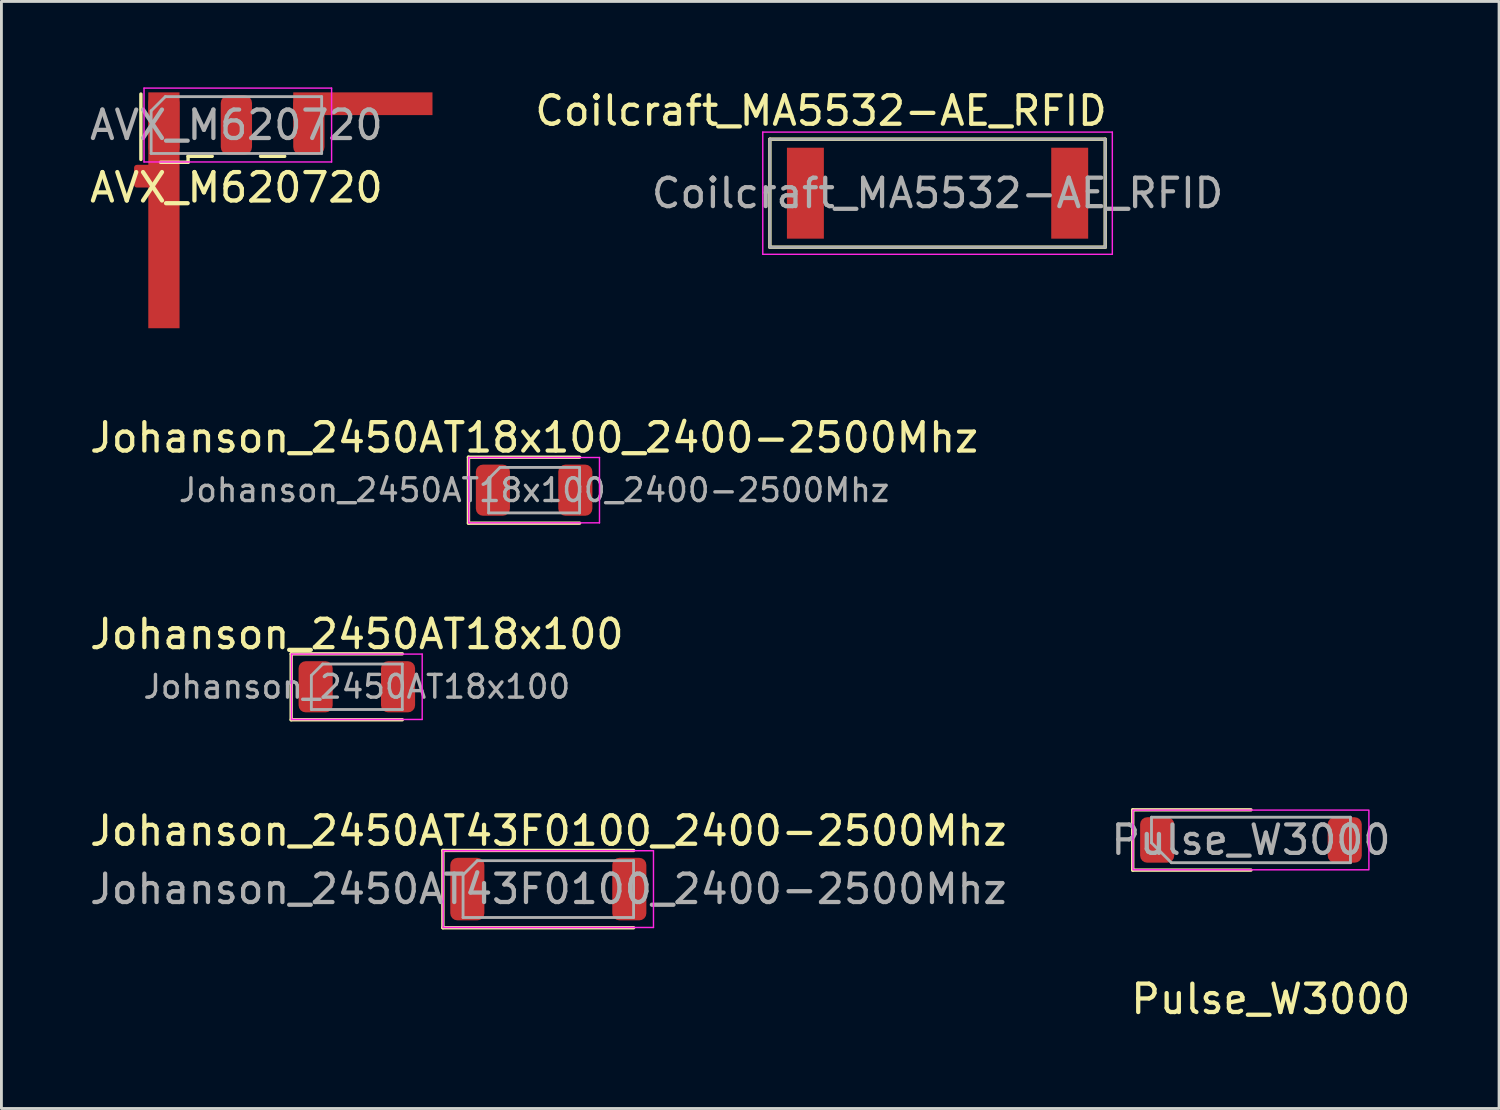
<source format=kicad_pcb>
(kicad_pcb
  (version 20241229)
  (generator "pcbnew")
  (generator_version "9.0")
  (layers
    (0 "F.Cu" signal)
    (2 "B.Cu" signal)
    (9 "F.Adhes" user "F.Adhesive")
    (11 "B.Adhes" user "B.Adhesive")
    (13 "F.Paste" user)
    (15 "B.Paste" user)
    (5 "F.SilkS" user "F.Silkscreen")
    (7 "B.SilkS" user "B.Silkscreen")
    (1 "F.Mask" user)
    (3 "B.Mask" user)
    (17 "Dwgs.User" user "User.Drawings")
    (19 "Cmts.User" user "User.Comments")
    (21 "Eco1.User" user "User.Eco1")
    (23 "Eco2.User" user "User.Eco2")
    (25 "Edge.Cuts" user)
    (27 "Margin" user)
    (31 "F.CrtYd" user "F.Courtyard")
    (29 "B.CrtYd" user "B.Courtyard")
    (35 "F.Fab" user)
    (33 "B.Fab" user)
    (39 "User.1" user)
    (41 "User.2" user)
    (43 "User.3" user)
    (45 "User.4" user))
  (footprint "Johanson_2450AT43F0100_2400-2500Mhz"
    (layer "F.Cu")
    (at 16.244 28.235)
    (property "Reference" "Johanson_2450AT43F0100_2400-2500Mhz" (at 0 -2.05 0) (layer "F.SilkS") (effects (font (size 1 1) (thickness 0.15))))
    (attr smd)
    (fp_line (start -3.71 -1.36) (end -3.71 1.36) (stroke (width 0.12) (type solid)) (layer "F.SilkS"))
    (fp_line (start -3.71 1.36) (end 3 1.36) (stroke (width 0.12) (type solid)) (layer "F.SilkS"))
    (fp_line (start 3 -1.36) (end -3.71 -1.36) (stroke (width 0.12) (type solid)) (layer "F.SilkS"))
    (fp_line (start -3.7 -1.35) (end 3.7 -1.35) (stroke (width 0.05) (type solid)) (layer "F.CrtYd"))
    (fp_line (start -3.7 1.35) (end -3.7 -1.35) (stroke (width 0.05) (type solid)) (layer "F.CrtYd"))
    (fp_line (start 3.7 -1.35) (end 3.7 1.35) (stroke (width 0.05) (type solid)) (layer "F.CrtYd"))
    (fp_line (start 3.7 1.35) (end -3.7 1.35) (stroke (width 0.05) (type solid)) (layer "F.CrtYd"))
    (fp_line (start -3 -0.5) (end -3 1) (stroke (width 0.1) (type solid)) (layer "F.Fab"))
    (fp_line (start -3 1) (end 3 1) (stroke (width 0.1) (type solid)) (layer "F.Fab"))
    (fp_line (start -2.5 -1) (end -3 -0.5) (stroke (width 0.1) (type solid)) (layer "F.Fab"))
    (fp_line (start 3 -1) (end -2.5 -1) (stroke (width 0.1) (type solid)) (layer "F.Fab"))
    (fp_line (start 3 1) (end 3 -1) (stroke (width 0.1) (type solid)) (layer "F.Fab"))
    (fp_text user "${REFERENCE}" (at 0 0 0) (layer "F.Fab") (effects (font (size 1 1) (thickness 0.15))))
    (pad "1" smd roundrect (at -2.85 0) (size 1.2 2.2) (layers "F.Cu" "F.Mask" "F.Paste") (roundrect_rratio 0.208))
    (pad "2" smd roundrect (at 2.85 0) (size 1.2 2.2) (layers "F.Cu" "F.Mask" "F.Paste") (roundrect_rratio 0.208)))
  (footprint "Coilcraft_MA5532-AE_RFID"
    (layer "F.Cu")
    (at 29.94 3.748)
    (property "Reference" "Coilcraft_MA5532-AE_RFID" (at -4.1 -2.9 0) (layer "F.SilkS") (effects (font (size 1 1) (thickness 0.15))))
    (attr smd)
    (fp_line (start -5.9 -1.9) (end -5.9 1.9) (stroke (width 0.12) (type solid)) (layer "F.SilkS"))
    (fp_line (start -5.9 1.9) (end 5.9 1.9) (stroke (width 0.12) (type solid)) (layer "F.SilkS"))
    (fp_line (start 5.9 -1.9) (end -5.9 -1.9) (stroke (width 0.12) (type solid)) (layer "F.SilkS"))
    (fp_line (start 5.9 1.9) (end 5.9 -1.9) (stroke (width 0.12) (type solid)) (layer "F.SilkS"))
    (fp_line (start -6.15 -2.15) (end -6.15 2.15) (stroke (width 0.05) (type solid)) (layer "F.CrtYd"))
    (fp_line (start -6.15 2.15) (end 6.15 2.15) (stroke (width 0.05) (type solid)) (layer "F.CrtYd"))
    (fp_line (start 6.15 -2.15) (end -6.15 -2.15) (stroke (width 0.05) (type solid)) (layer "F.CrtYd"))
    (fp_line (start 6.15 2.15) (end 6.15 -2.15) (stroke (width 0.05) (type solid)) (layer "F.CrtYd"))
    (fp_line (start -5.9 -1.9) (end 5.9 -1.9) (stroke (width 0.1) (type solid)) (layer "F.Fab"))
    (fp_line (start -5.9 1.9) (end -5.9 -1.9) (stroke (width 0.1) (type solid)) (layer "F.Fab"))
    (fp_line (start 5.9 -1.9) (end 5.9 1.9) (stroke (width 0.1) (type solid)) (layer "F.Fab"))
    (fp_line (start 5.9 1.9) (end -5.9 1.9) (stroke (width 0.1) (type solid)) (layer "F.Fab"))
    (fp_text user "${REFERENCE}" (at 0 0 0) (layer "F.Fab") (effects (font (size 1 1) (thickness 0.15))))
    (pad "1" smd rect (at -4.65 0) (size 1.3 3.2) (layers "F.Cu" "F.Mask" "F.Paste"))
    (pad "2" smd rect (at 4.65 0) (size 1.3 3.2) (layers "F.Cu" "F.Mask" "F.Paste")))
  (footprint "Pulse_W3000"
    (layer "F.Cu")
    (at 40.968 26.506)
    (property "Reference" "Pulse_W3000" (at 0.7 5.6 0) (unlocked yes) (layer "F.SilkS") (effects (font (size 1 1) (thickness 0.15))))
    (attr smd)
    (fp_line (start -4.16 -1.06) (end 0 -1.06) (stroke (width 0.12) (type default)) (layer "F.SilkS"))
    (fp_line (start -4.16 1.06) (end -4.16 -1.06) (stroke (width 0.12) (type default)) (layer "F.SilkS"))
    (fp_line (start -4.16 1.06) (end 0 1.06) (stroke (width 0.12) (type default)) (layer "F.SilkS"))
    (fp_rect (start 4.15 1.05) (end -4.15 -1.05) (stroke (width 0.05) (type default)) (fill no) (layer "F.CrtYd"))
    (fp_line (start -3.5 -0.8) (end 3.5 -0.8) (stroke (width 0.1) (type default)) (layer "F.Fab"))
    (fp_line (start -3.5 0.1) (end -3.5 -0.8) (stroke (width 0.1) (type default)) (layer "F.Fab"))
    (fp_line (start -3.5 0.1) (end -2.8 0.8) (stroke (width 0.1) (type default)) (layer "F.Fab"))
    (fp_line (start -2.8 0.8) (end 3.5 0.8) (stroke (width 0.1) (type default)) (layer "F.Fab"))
    (fp_line (start 3.5 -0.8) (end 3.5 0.8) (stroke (width 0.1) (type default)) (layer "F.Fab"))
    (fp_text user "${REFERENCE}" (at 0 0 0) (layer "F.Fab") (effects (font (size 1 1) (thickness 0.15))))
    (pad "1" smd roundrect (at -3.3 0) (size 1.2 1.6) (layers "F.Cu" "F.Mask" "F.Paste") (roundrect_rratio 0.208))
    (pad "2" smd roundrect (at 3.3 0) (size 1.2 1.6) (layers "F.Cu" "F.Mask" "F.Paste") (roundrect_rratio 0.208))
    (zone (net_name "") (layer "F.Cu") (name "Impedance tuning area") (hatch edge 0.5) (connect_pads) (min_thickness 0.25) (filled_areas_thickness no) (keepout (tracks allowed) (vias not_allowed) (pads allowed) (copperpour allowed) (footprints allowed)) (placement (enabled no)) (fill) (polygon (pts (xy 38.018 31.337) (xy 38.018 27.456) (xy 37.278 27.456) (xy 37.278 31.337))))
    (zone (net_name "") (layer "F.Cu") (name "F.Cu GND Clearance") (hatch edge 0.5) (connect_pads) (min_thickness 0.25) (filled_areas_thickness no) (keepout (tracks not_allowed) (vias not_allowed) (pads not_allowed) (copperpour not_allowed) (footprints allowed)) (placement (enabled no)) (fill) (polygon (pts (xy 38.318 25.657) (xy 37.018 25.657) (xy 37.018 25.337) (xy 38.318 25.337))))
    (zone (net_name "") (layer "F.Cu") (name "Inductor Zone") (hatch edge 0.5) (connect_pads) (min_thickness 0.25) (filled_areas_thickness no) (keepout (tracks allowed) (vias not_allowed) (pads allowed) (copperpour allowed) (footprints allowed)) (placement (enabled no)) (fill) (polygon (pts (xy 39.337 31.337) (xy 38.368 31.337) (xy 38.368 30.646) (xy 39.337 30.646))))
    (zone (net_name "") (layer "F.Cu") (name "F.Cu GND Clearance") (hatch edge 0.5) (connect_pads) (min_thickness 0.25) (filled_areas_thickness no) (keepout (tracks not_allowed) (vias not_allowed) (pads not_allowed) (copperpour not_allowed) (footprints allowed)) (placement (enabled no)) (fill) (polygon (pts (xy 44.918 25.657) (xy 43.618 25.657) (xy 43.618 25.337) (xy 44.918 25.337))))
    (zone (net_name "") (layer "F.Cu") (name "F.Cu GND Clearance Left") (hatch edge 0.5) (connect_pads) (min_thickness 0.25) (filled_areas_thickness no) (keepout (tracks not_allowed) (vias not_allowed) (pads not_allowed) (copperpour not_allowed) (footprints allowed)) (placement (enabled no)) (fill) (polygon (pts (xy 35.488 25.337) (xy 37.018 25.337) (xy 37.018 27.357) (xy 37.228 27.357) (xy 37.228 31.337) (xy 35.488 31.337))))
    (zone (net_name "") (layer "F.Cu") (name "F.Cu GND Clearance Right") (hatch edge 0.5) (connect_pads) (min_thickness 0.25) (filled_areas_thickness no) (keepout (tracks not_allowed) (vias not_allowed) (pads not_allowed) (copperpour not_allowed) (footprints allowed)) (placement (enabled no)) (fill) (polygon (pts (xy 38.318 25.337) (xy 38.318 27.357) (xy 38.068 27.357) (xy 38.068 31.337) (xy 38.318 31.337) (xy 38.318 30.596) (xy 39.387 30.596) (xy 39.387 31.337) (xy 46.448 31.346) (xy 46.448 25.337) (xy 44.918 25.337) (xy 44.918 27.357) (xy 43.618 27.357) (xy 43.618 25.337))))
    (zone (net_name "") (layers "B.Cu" "F.CrtYd") (hatch edge 0.5) (connect_pads) (min_thickness 0.25) (filled_areas_thickness no) (keepout (tracks not_allowed) (vias not_allowed) (pads not_allowed) (copperpour not_allowed) (footprints allowed)) (placement (enabled no)) (fill) (polygon (pts (xy 46.448 31.337) (xy 35.488 31.337) (xy 35.488 25.337) (xy 36.288 25.337) (xy 37.088 25.337) (xy 46.448 25.337)))))
  (footprint "Johanson_2450AT18x100"
    (layer "F.Cu")
    (at 9.506 21.116)
    (property "Reference" "Johanson_2450AT18x100" (at 0 -1.85 0) (layer "F.SilkS") (effects (font (size 1 1) (thickness 0.15))))
    (attr smd)
    (fp_line (start -2.31 -1.16) (end -2.31 1.16) (stroke (width 0.12) (type solid)) (layer "F.SilkS"))
    (fp_line (start -2.31 1.16) (end 1.6 1.16) (stroke (width 0.12) (type solid)) (layer "F.SilkS"))
    (fp_line (start 1.6 -1.16) (end -2.31 -1.16) (stroke (width 0.12) (type solid)) (layer "F.SilkS"))
    (fp_line (start -2.3 -1.15) (end 2.3 -1.15) (stroke (width 0.05) (type solid)) (layer "F.CrtYd"))
    (fp_line (start -2.3 1.15) (end -2.3 -1.15) (stroke (width 0.05) (type solid)) (layer "F.CrtYd"))
    (fp_line (start 2.3 -1.15) (end 2.3 1.15) (stroke (width 0.05) (type solid)) (layer "F.CrtYd"))
    (fp_line (start 2.3 1.15) (end -2.3 1.15) (stroke (width 0.05) (type solid)) (layer "F.CrtYd"))
    (fp_line (start -1.6 -0.4) (end -1.6 0.8) (stroke (width 0.1) (type solid)) (layer "F.Fab"))
    (fp_line (start -1.6 0.8) (end 1.6 0.8) (stroke (width 0.1) (type solid)) (layer "F.Fab"))
    (fp_line (start -1.2 -0.8) (end -1.6 -0.4) (stroke (width 0.1) (type solid)) (layer "F.Fab"))
    (fp_line (start 1.6 -0.8) (end -1.2 -0.8) (stroke (width 0.1) (type solid)) (layer "F.Fab"))
    (fp_line (start 1.6 0.8) (end 1.6 -0.8) (stroke (width 0.1) (type solid)) (layer "F.Fab"))
    (fp_text user "${REFERENCE}" (at 0 0 0) (layer "F.Fab") (effects (font (size 0.8 0.8) (thickness 0.12))))
    (pad "1" smd roundrect (at -1.45 0) (size 1.2 1.8) (layers "F.Cu" "F.Mask" "F.Paste") (roundrect_rratio 0.208))
    (pad "2" smd roundrect (at 1.45 0) (size 1.2 1.8) (layers "F.Cu" "F.Mask" "F.Paste") (roundrect_rratio 0.208)))
  (footprint "Johanson_2450AT18x100_2400-2500Mhz"
    (layer "F.Cu")
    (at 15.744 14.198)
    (property "Reference" "Johanson_2450AT18x100_2400-2500Mhz" (at 0 -1.85 0) (layer "F.SilkS") (effects (font (size 1 1) (thickness 0.15))))
    (attr smd)
    (fp_line (start -2.31 -1.16) (end -2.31 1.16) (stroke (width 0.12) (type solid)) (layer "F.SilkS"))
    (fp_line (start -2.31 1.16) (end 1.6 1.16) (stroke (width 0.12) (type solid)) (layer "F.SilkS"))
    (fp_line (start 1.6 -1.16) (end -2.31 -1.16) (stroke (width 0.12) (type solid)) (layer "F.SilkS"))
    (fp_line (start -2.3 -1.15) (end 2.3 -1.15) (stroke (width 0.05) (type solid)) (layer "F.CrtYd"))
    (fp_line (start -2.3 1.15) (end -2.3 -1.15) (stroke (width 0.05) (type solid)) (layer "F.CrtYd"))
    (fp_line (start 2.3 -1.15) (end 2.3 1.15) (stroke (width 0.05) (type solid)) (layer "F.CrtYd"))
    (fp_line (start 2.3 1.15) (end -2.3 1.15) (stroke (width 0.05) (type solid)) (layer "F.CrtYd"))
    (fp_line (start -1.6 -0.4) (end -1.6 0.8) (stroke (width 0.1) (type solid)) (layer "F.Fab"))
    (fp_line (start -1.6 0.8) (end 1.6 0.8) (stroke (width 0.1) (type solid)) (layer "F.Fab"))
    (fp_line (start -1.2 -0.8) (end -1.6 -0.4) (stroke (width 0.1) (type solid)) (layer "F.Fab"))
    (fp_line (start 1.6 -0.8) (end -1.2 -0.8) (stroke (width 0.1) (type solid)) (layer "F.Fab"))
    (fp_line (start 1.6 0.8) (end 1.6 -0.8) (stroke (width 0.1) (type solid)) (layer "F.Fab"))
    (fp_text user "${REFERENCE}" (at 0 0 0) (layer "F.Fab") (effects (font (size 0.8 0.8) (thickness 0.12))))
    (pad "1" smd roundrect (at -1.45 0) (size 1.2 1.8) (layers "F.Cu" "F.Mask" "F.Paste") (roundrect_rratio 0.208))
    (pad "2" smd roundrect (at 1.45 0) (size 1.2 1.8) (layers "F.Cu" "F.Mask" "F.Paste") (roundrect_rratio 0.208)))
  (footprint "AVX_M620720"
    (layer "F.Cu")
    (at 5.268 1.35)
    (property "Reference" "AVX_M620720" (at 0 2.2 0) (layer "F.SilkS") (effects (font (size 1 1) (thickness 0.15))))
    (attr smd)
    (fp_line (start -3.36 -1.09) (end -3.36 1.21) (stroke (width 0.12) (type solid)) (layer "F.SilkS"))
    (fp_line (start -1.7 1.1) (end -1.7 1.31) (stroke (width 0.12) (type default)) (layer "F.SilkS"))
    (fp_line (start -1.7 1.1) (end -0.85 1.1) (stroke (width 0.12) (type solid)) (layer "F.SilkS"))
    (fp_line (start -1.7 1.31) (end -2.67 1.31) (stroke (width 0.12) (type default)) (layer "F.SilkS"))
    (fp_line (start 0.85 1.1) (end 1.7 1.1) (stroke (width 0.12) (type solid)) (layer "F.SilkS"))
    (fp_line (start -3.25 -1.3) (end 3.35 -1.3) (stroke (width 0.05) (type solid)) (layer "F.CrtYd"))
    (fp_line (start -3.25 1.3) (end -3.25 -1.3) (stroke (width 0.05) (type solid)) (layer "F.CrtYd"))
    (fp_line (start 3.35 -1.3) (end 3.35 1.3) (stroke (width 0.05) (type solid)) (layer "F.CrtYd"))
    (fp_line (start 3.35 1.3) (end -3.25 1.3) (stroke (width 0.05) (type solid)) (layer "F.CrtYd"))
    (fp_line (start -3 1) (end -3 -0.5) (stroke (width 0.1) (type solid)) (layer "F.Fab"))
    (fp_line (start -2.5 -1) (end -3 -0.5) (stroke (width 0.1) (type default)) (layer "F.Fab"))
    (fp_line (start -2.5 -1) (end 3 -1) (stroke (width 0.1) (type solid)) (layer "F.Fab"))
    (fp_line (start 3 -1) (end 3 1) (stroke (width 0.1) (type solid)) (layer "F.Fab"))
    (fp_line (start 3 1) (end -3 1) (stroke (width 0.1) (type solid)) (layer "F.Fab"))
    (fp_text user "${REFERENCE}" (at 0 0 0) (layer "F.Fab") (effects (font (size 1 1) (thickness 0.15))))
    (pad "1" smd roundrect (at -3.3 1.8) (size 0.6 0.8) (layers "F.Cu") (roundrect_rratio 0.167))
    (pad "1" smd roundrect (at -2.55 0) (size 1.1 2.1) (layers "F.Cu" "F.Mask" "F.Paste") (roundrect_rratio 0.227))
    (pad "1" smd rect (at -2.55 3) (size 1.1 8.3) (layers "F.Cu"))
    (pad "2" smd roundrect (at 2.55 0) (size 1.1 2.1) (layers "F.Cu" "F.Mask" "F.Paste") (roundrect_rratio 0.25))
    (pad "2" smd rect (at 4.45 -0.75) (size 4.9 0.8) (layers "F.Cu"))
    (pad "3" smd roundrect (at 0 0) (size 1.1 2.1) (layers "F.Cu" "F.Mask" "F.Paste") (roundrect_rratio 0.25))
    (zone (net_name "") (layer "F.Cu") (hatch edge 0.5) (connect_pads) (min_thickness 0.25) (filled_areas_thickness no) (keepout (tracks not_allowed) (vias not_allowed) (pads not_allowed) (copperpour not_allowed) (footprints allowed)) (placement (enabled no)) (fill) (polygon (pts (xy 1.168 0) (xy 2.158 0) (xy 2.158 2.74) (xy 1.168 2.74))))
    (zone (net_name "") (layer "F.Cu") (hatch edge 0.5) (connect_pads) (min_thickness 0.25) (filled_areas_thickness no) (keepout (tracks allowed) (vias not_allowed) (pads allowed) (copperpour not_allowed) (footprints allowed)) (placement (enabled no)) (fill) (polygon (pts (xy 1.168 3.56) (xy 1.658 3.56) (xy 1.658 2.74) (xy 1.168 2.74))))
    (zone (net_name "") (layer "F.Cu") (hatch edge 0.5) (connect_pads) (min_thickness 0.25) (filled_areas_thickness no) (keepout (tracks not_allowed) (vias not_allowed) (pads not_allowed) (copperpour not_allowed) (footprints allowed)) (placement (enabled no)) (fill) (polygon (pts (xy 1.168 8.5) (xy 2.158 8.5) (xy 2.158 3.56) (xy 1.168 3.56))))
    (zone (net_name "") (layer "F.Cu") (hatch edge 0.5) (connect_pads) (min_thickness 0.25) (filled_areas_thickness no) (keepout (tracks allowed) (vias not_allowed) (pads allowed) (copperpour not_allowed) (footprints allowed)) (placement (enabled no)) (fill) (polygon (pts (xy 12.178 0.19) (xy 12.668 0.19) (xy 12.668 1.01) (xy 12.178 1.01))))
    (zone (net_name "") (layer "F.Cu") (hatch edge 0.5) (connect_pads) (min_thickness 0.25) (filled_areas_thickness no) (keepout (tracks not_allowed) (vias not_allowed) (pads not_allowed) (copperpour not_allowed) (footprints allowed)) (placement (enabled no)) (fill) (polygon (pts (xy 2.158 0) (xy 2.158 0.29) (xy 7.258 0.29) (xy 7.258 0.19) (xy 12.178 0.19) (xy 12.668 0.19) (xy 12.668 0))))
    (zone (net_name "") (layer "F.Cu") (hatch edge 0.508) (connect_pads) (min_thickness 0.254) (filled_areas_thickness no) (keepout (tracks not_allowed) (vias not_allowed) (pads not_allowed) (copperpour not_allowed) (footprints allowed)) (placement (enabled no)) (fill) (polygon (pts (xy 4.708 2.41) (xy 5.838 2.41) (xy 5.838 0.29) (xy 7.258 0.29) (xy 7.258 2.41) (xy 8.388 2.41) (xy 8.388 1.01) (xy 12.168 1.01) (xy 12.668 1.01) (xy 12.668 8.5) (xy 3.288 8.5) (xy 3.288 0.29) (xy 4.708 0.29))))
    (zone (net_name "") (layers "B.Cu" "Dwgs.User") (hatch edge 0.508) (connect_pads) (min_thickness 0.254) (filled_areas_thickness no) (keepout (tracks not_allowed) (vias not_allowed) (pads not_allowed) (copperpour not_allowed) (footprints allowed)) (placement (enabled no)) (fill) (polygon (pts (xy 12.668 8.5) (xy 1.168 8.5) (xy 1.168 0) (xy 12.668 0)))))
  (gr_rect
    (start -3 -3)
    (end 49.698 35.955)
    (stroke (width 0.1) (type default))
    (fill no)
    (layer "Edge.Cuts")))
</source>
